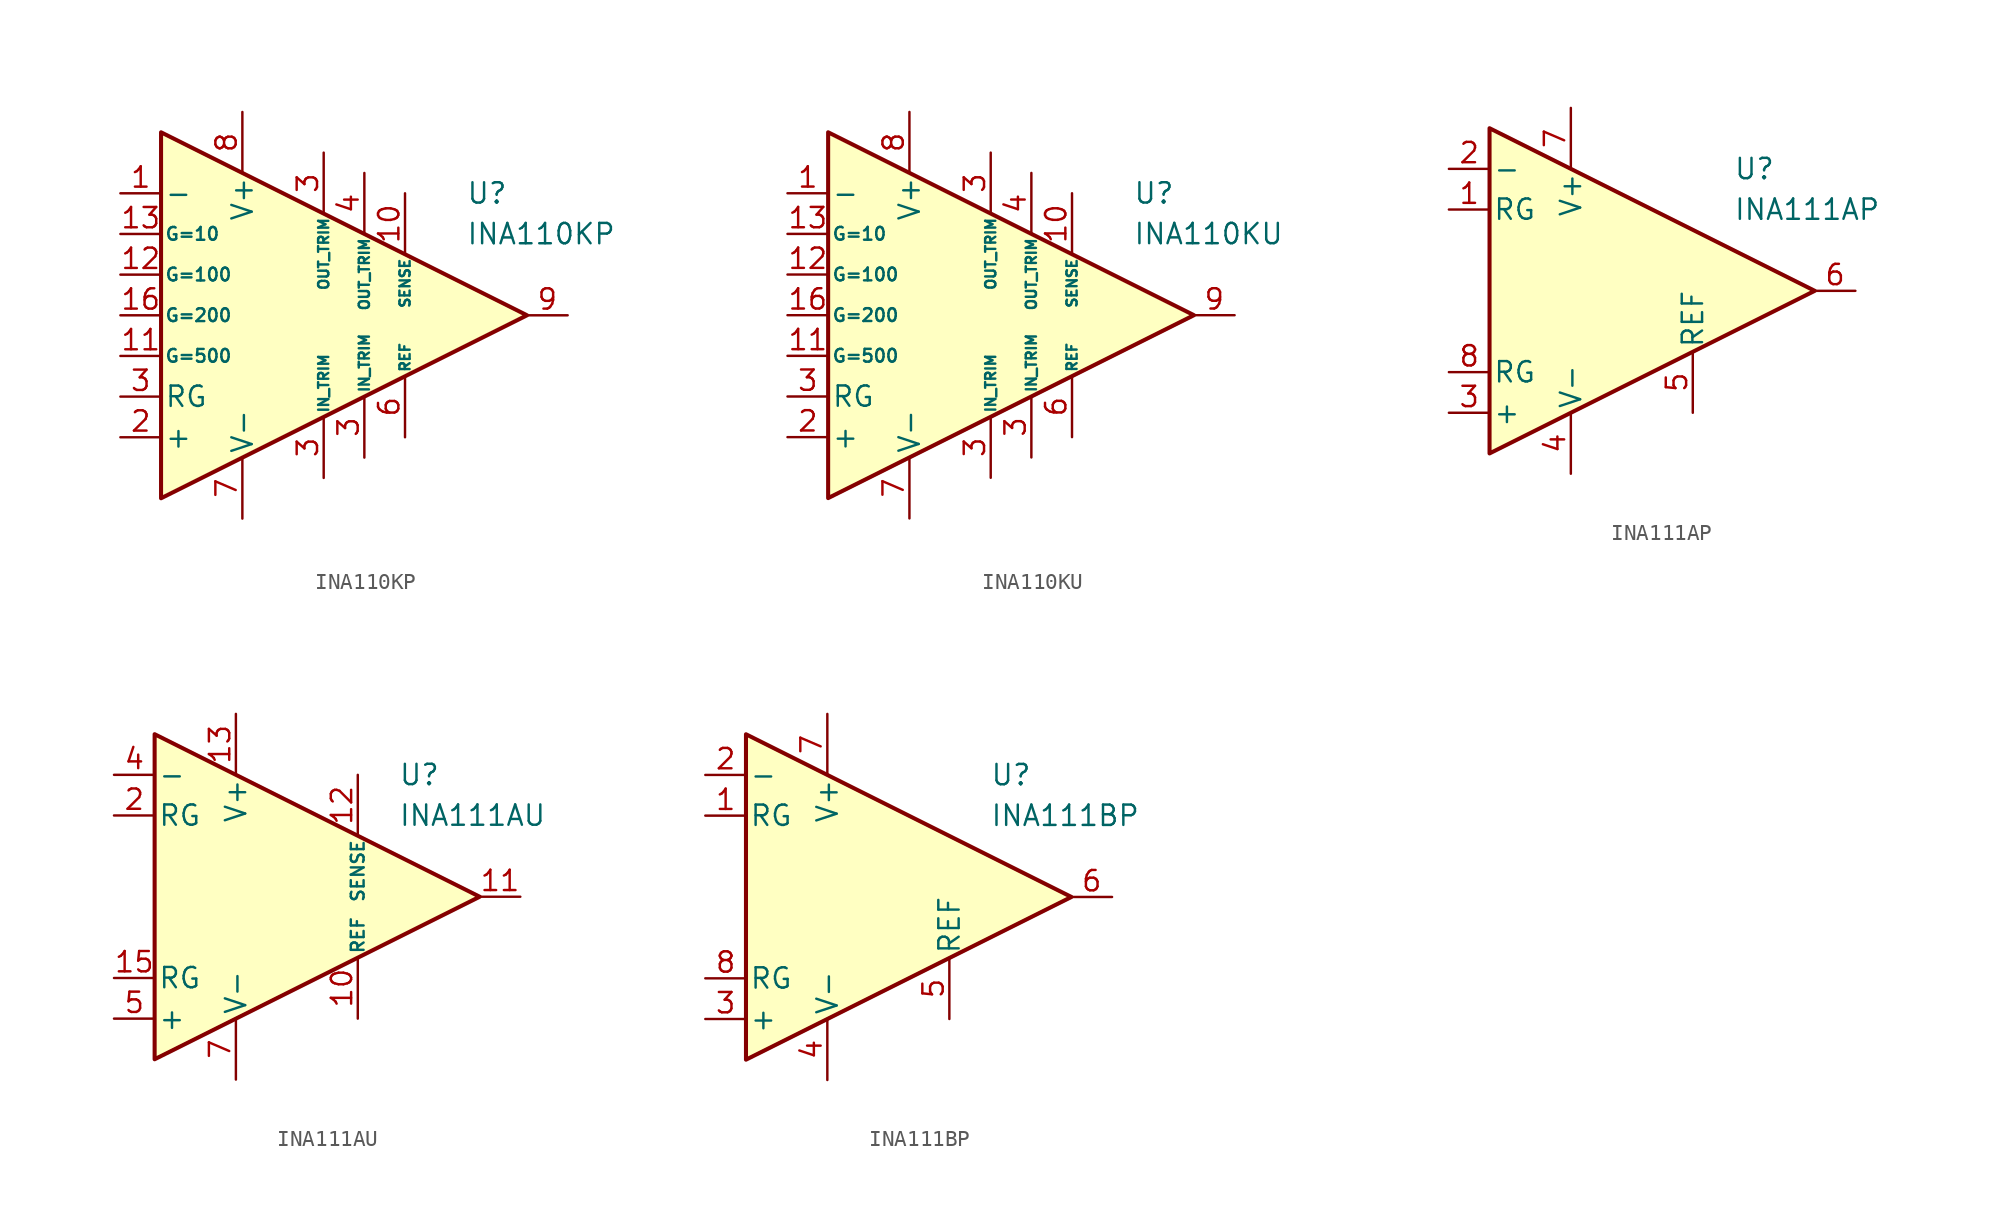
<source format=kicad_sym>
(kicad_symbol_lib
  (version 20211014)
  (generator kicad_symbol_editor)
  (symbol "INA110KP"
    (pin_names
      (offset 0.2))
    (property "Reference" "U"
      (at 10.16 7.62 0)
      (effects (font (size 1.27 1.27)) (justify left)))
    (property "Value" "INA110KP"
      (at 10.16 5.08 0)
      (effects (font (size 1.27 1.27)) (justify left)))
    (symbol "INA110KP_0_1"
      (polyline (pts (xy -8.89 11.43) (xy -8.89 -11.43) (xy 13.97 0) (xy -8.89 11.43)) (stroke (width 0.254) (type default) (color 0 0 0 0)) (fill (type background))))
    (symbol "INA110KP_1_1"
      (pin input line (at -11.43 7.62 0) (length 2.54) (name "-" (effects (font (size 1.27 1.27)))) (number "1" (effects (font (size 1.27 1.27)))))
      (pin input line (at 6.35 7.62 270) (length 3.81) (name "SENSE" (effects (font (size 0.635 0.635)))) (number "10" (effects (font (size 1.27 1.27)))))
      (pin passive line (at -11.43 -2.54 0) (length 2.54) (name "G=500" (effects (font (size 0.8 0.8)))) (number "11" (effects (font (size 1.27 1.27)))))
      (pin passive line (at -11.43 2.54 0) (length 2.54) (name "G=100" (effects (font (size 0.8 0.8)))) (number "12" (effects (font (size 1.27 1.27)))))
      (pin passive line (at -11.43 5.08 0) (length 2.54) (name "G=10" (effects (font (size 0.8 0.8)))) (number "13" (effects (font (size 1.27 1.27)))))
      (pin passive line (at -11.43 0 0) (length 2.54) (name "G=200" (effects (font (size 0.8 0.8)))) (number "16" (effects (font (size 1.27 1.27)))))
      (pin input line (at -11.43 -7.62 0) (length 2.54) (name "+" (effects (font (size 1.27 1.27)))) (number "2" (effects (font (size 1.27 1.27)))))
      (pin passive line (at 1.27 -10.16 90) (length 3.81) (name "IN_TRIM" (effects (font (size 0.635 0.635)))) (number "3" (effects (font (size 1.27 1.27)))))
      (pin passive line (at 3.81 -8.89 90) (length 3.81) (name "IN_TRIM" (effects (font (size 0.635 0.635)))) (number "3" (effects (font (size 1.27 1.27)))))
      (pin passive line (at 1.27 10.16 270) (length 3.81) (name "OUT_TRIM" (effects (font (size 0.635 0.635)))) (number "3" (effects (font (size 1.27 1.27)))))
      (pin passive line (at -11.43 -5.08 0) (length 2.54) (name "RG" (effects (font (size 1.27 1.27)))) (number "3" (effects (font (size 1.27 1.27)))))
      (pin passive line (at 3.81 8.89 270) (length 3.81) (name "OUT_TRIM" (effects (font (size 0.635 0.635)))) (number "4" (effects (font (size 1.27 1.27)))))
      (pin input line (at 6.35 -7.62 90) (length 3.81) (name "REF" (effects (font (size 0.635 0.635)))) (number "6" (effects (font (size 1.27 1.27)))))
      (pin power_in line (at -3.81 -12.7 90) (length 3.81) (name "V-" (effects (font (size 1.27 1.27)))) (number "7" (effects (font (size 1.27 1.27)))))
      (pin power_in line (at -3.81 12.7 270) (length 3.81) (name "V+" (effects (font (size 1.27 1.27)))) (number "8" (effects (font (size 1.27 1.27)))))
      (pin output line (at 16.51 0 180) (length 2.54) (name "~" (effects (font (size 1.27 1.27)))) (number "9" (effects (font (size 1.27 1.27)))))))
  (symbol "INA110KU"
    (pin_names
      (offset 0.2))
    (property "Reference" "U"
      (at 10.16 7.62 0)
      (effects (font (size 1.27 1.27)) (justify left)))
    (property "Value" "INA110KU"
      (at 10.16 5.08 0)
      (effects (font (size 1.27 1.27)) (justify left)))
    (symbol "INA110KU_0_1"
      (polyline (pts (xy -8.89 11.43) (xy -8.89 -11.43) (xy 13.97 0) (xy -8.89 11.43)) (stroke (width 0.254) (type default) (color 0 0 0 0)) (fill (type background))))
    (symbol "INA110KU_1_1"
      (pin input line (at -11.43 7.62 0) (length 2.54) (name "-" (effects (font (size 1.27 1.27)))) (number "1" (effects (font (size 1.27 1.27)))))
      (pin input line (at 6.35 7.62 270) (length 3.81) (name "SENSE" (effects (font (size 0.635 0.635)))) (number "10" (effects (font (size 1.27 1.27)))))
      (pin passive line (at -11.43 -2.54 0) (length 2.54) (name "G=500" (effects (font (size 0.8 0.8)))) (number "11" (effects (font (size 1.27 1.27)))))
      (pin passive line (at -11.43 2.54 0) (length 2.54) (name "G=100" (effects (font (size 0.8 0.8)))) (number "12" (effects (font (size 1.27 1.27)))))
      (pin passive line (at -11.43 5.08 0) (length 2.54) (name "G=10" (effects (font (size 0.8 0.8)))) (number "13" (effects (font (size 1.27 1.27)))))
      (pin passive line (at -11.43 0 0) (length 2.54) (name "G=200" (effects (font (size 0.8 0.8)))) (number "16" (effects (font (size 1.27 1.27)))))
      (pin input line (at -11.43 -7.62 0) (length 2.54) (name "+" (effects (font (size 1.27 1.27)))) (number "2" (effects (font (size 1.27 1.27)))))
      (pin passive line (at 1.27 -10.16 90) (length 3.81) (name "IN_TRIM" (effects (font (size 0.635 0.635)))) (number "3" (effects (font (size 1.27 1.27)))))
      (pin passive line (at 3.81 -8.89 90) (length 3.81) (name "IN_TRIM" (effects (font (size 0.635 0.635)))) (number "3" (effects (font (size 1.27 1.27)))))
      (pin passive line (at 1.27 10.16 270) (length 3.81) (name "OUT_TRIM" (effects (font (size 0.635 0.635)))) (number "3" (effects (font (size 1.27 1.27)))))
      (pin passive line (at -11.43 -5.08 0) (length 2.54) (name "RG" (effects (font (size 1.27 1.27)))) (number "3" (effects (font (size 1.27 1.27)))))
      (pin passive line (at 3.81 8.89 270) (length 3.81) (name "OUT_TRIM" (effects (font (size 0.635 0.635)))) (number "4" (effects (font (size 1.27 1.27)))))
      (pin input line (at 6.35 -7.62 90) (length 3.81) (name "REF" (effects (font (size 0.635 0.635)))) (number "6" (effects (font (size 1.27 1.27)))))
      (pin power_in line (at -3.81 -12.7 90) (length 3.81) (name "V-" (effects (font (size 1.27 1.27)))) (number "7" (effects (font (size 1.27 1.27)))))
      (pin power_in line (at -3.81 12.7 270) (length 3.81) (name "V+" (effects (font (size 1.27 1.27)))) (number "8" (effects (font (size 1.27 1.27)))))
      (pin output line (at 16.51 0 180) (length 2.54) (name "~" (effects (font (size 1.27 1.27)))) (number "9" (effects (font (size 1.27 1.27)))))))
  (symbol "INA111AP"
    (pin_names
      (offset 0.2))
    (property "Reference" "U"
      (at 6.35 7.62 0)
      (effects (font (size 1.27 1.27)) (justify left)))
    (property "Value" "INA111AP"
      (at 6.35 5.08 0)
      (effects (font (size 1.27 1.27)) (justify left)))
    (symbol "INA111AP_0_1"
      (polyline (pts (xy -8.89 10.16) (xy -8.89 -10.16) (xy 11.43 0) (xy -8.89 10.16)) (stroke (width 0.254) (type default) (color 0 0 0 0)) (fill (type background))))
    (symbol "INA111AP_1_1"
      (pin passive line (at -11.43 5.08 0) (length 2.54) (name "RG" (effects (font (size 1.27 1.27)))) (number "1" (effects (font (size 1.27 1.27)))))
      (pin input line (at -11.43 7.62 0) (length 2.54) (name "-" (effects (font (size 1.27 1.27)))) (number "2" (effects (font (size 1.27 1.27)))))
      (pin input line (at -11.43 -7.62 0) (length 2.54) (name "+" (effects (font (size 1.27 1.27)))) (number "3" (effects (font (size 1.27 1.27)))))
      (pin power_in line (at -3.81 -11.43 90) (length 3.81) (name "V-" (effects (font (size 1.27 1.27)))) (number "4" (effects (font (size 1.27 1.27)))))
      (pin input line (at 3.81 -7.62 90) (length 3.81) (name "REF" (effects (font (size 1.27 1.27)))) (number "5" (effects (font (size 1.27 1.27)))))
      (pin output line (at 13.97 0 180) (length 2.54) (name "~" (effects (font (size 1.27 1.27)))) (number "6" (effects (font (size 1.27 1.27)))))
      (pin power_in line (at -3.81 11.43 270) (length 3.81) (name "V+" (effects (font (size 1.27 1.27)))) (number "7" (effects (font (size 1.27 1.27)))))
      (pin passive line (at -11.43 -5.08 0) (length 2.54) (name "RG" (effects (font (size 1.27 1.27)))) (number "8" (effects (font (size 1.27 1.27)))))))
  (symbol "INA111AU"
    (pin_names
      (offset 0.2))
    (property "Reference" "U"
      (at 6.35 7.62 0)
      (effects (font (size 1.27 1.27)) (justify left)))
    (property "Value" "INA111AU"
      (at 6.35 5.08 0)
      (effects (font (size 1.27 1.27)) (justify left)))
    (symbol "INA111AU_0_1"
      (polyline (pts (xy -8.89 10.16) (xy -8.89 -10.16) (xy 11.43 0) (xy -8.89 10.16)) (stroke (width 0.254) (type default) (color 0 0 0 0)) (fill (type background))))
    (symbol "INA111AU_1_1"
      (pin no_connect line (at -6.35 3.81 0) (length 2.54) hide (name "NC" (effects (font (size 1.27 1.27)))) (number "1" (effects (font (size 1.27 1.27)))))
      (pin input line (at 3.81 -7.62 90) (length 3.81) (name "REF" (effects (font (size 0.8 0.8)))) (number "10" (effects (font (size 1.27 1.27)))))
      (pin output line (at 13.97 0 180) (length 2.54) (name "~" (effects (font (size 1.27 1.27)))) (number "11" (effects (font (size 1.27 1.27)))))
      (pin input line (at 3.81 7.62 270) (length 3.81) (name "SENSE" (effects (font (size 0.8 0.8)))) (number "12" (effects (font (size 1.27 1.27)))))
      (pin power_in line (at -3.81 11.43 270) (length 3.81) (name "V+" (effects (font (size 1.27 1.27)))) (number "13" (effects (font (size 1.27 1.27)))))
      (pin no_connect line (at -2.54 0 0) (length 2.54) hide (name "NC" (effects (font (size 1.27 1.27)))) (number "14" (effects (font (size 1.27 1.27)))))
      (pin passive line (at -11.43 -5.08 0) (length 2.54) (name "RG" (effects (font (size 1.27 1.27)))) (number "15" (effects (font (size 1.27 1.27)))))
      (pin no_connect line (at -2.54 -2.54 0) (length 2.54) hide (name "NC" (effects (font (size 1.27 1.27)))) (number "16" (effects (font (size 1.27 1.27)))))
      (pin passive line (at -11.43 5.08 0) (length 2.54) (name "RG" (effects (font (size 1.27 1.27)))) (number "2" (effects (font (size 1.27 1.27)))))
      (pin no_connect line (at -6.35 1.27 0) (length 2.54) hide (name "NC" (effects (font (size 1.27 1.27)))) (number "3" (effects (font (size 1.27 1.27)))))
      (pin input line (at -11.43 7.62 0) (length 2.54) (name "-" (effects (font (size 1.27 1.27)))) (number "4" (effects (font (size 1.27 1.27)))))
      (pin input line (at -11.43 -7.62 0) (length 2.54) (name "+" (effects (font (size 1.27 1.27)))) (number "5" (effects (font (size 1.27 1.27)))))
      (pin no_connect line (at -6.35 -1.27 0) (length 2.54) hide (name "NC" (effects (font (size 1.27 1.27)))) (number "6" (effects (font (size 1.27 1.27)))))
      (pin power_in line (at -3.81 -11.43 90) (length 3.81) (name "V-" (effects (font (size 1.27 1.27)))) (number "7" (effects (font (size 1.27 1.27)))))
      (pin no_connect line (at -6.35 -3.81 0) (length 2.54) hide (name "NC" (effects (font (size 1.27 1.27)))) (number "8" (effects (font (size 1.27 1.27)))))
      (pin no_connect line (at -2.54 2.54 0) (length 2.54) hide (name "NC" (effects (font (size 1.27 1.27)))) (number "9" (effects (font (size 1.27 1.27)))))))
  (symbol "INA111BP"
    (pin_names
      (offset 0.2))
    (property "Reference" "U"
      (at 6.35 7.62 0)
      (effects (font (size 1.27 1.27)) (justify left)))
    (property "Value" "INA111BP"
      (at 6.35 5.08 0)
      (effects (font (size 1.27 1.27)) (justify left)))
    (symbol "INA111BP_0_1"
      (polyline (pts (xy -8.89 10.16) (xy -8.89 -10.16) (xy 11.43 0) (xy -8.89 10.16)) (stroke (width 0.254) (type default) (color 0 0 0 0)) (fill (type background))))
    (symbol "INA111BP_1_1"
      (pin passive line (at -11.43 5.08 0) (length 2.54) (name "RG" (effects (font (size 1.27 1.27)))) (number "1" (effects (font (size 1.27 1.27)))))
      (pin input line (at -11.43 7.62 0) (length 2.54) (name "-" (effects (font (size 1.27 1.27)))) (number "2" (effects (font (size 1.27 1.27)))))
      (pin input line (at -11.43 -7.62 0) (length 2.54) (name "+" (effects (font (size 1.27 1.27)))) (number "3" (effects (font (size 1.27 1.27)))))
      (pin power_in line (at -3.81 -11.43 90) (length 3.81) (name "V-" (effects (font (size 1.27 1.27)))) (number "4" (effects (font (size 1.27 1.27)))))
      (pin input line (at 3.81 -7.62 90) (length 3.81) (name "REF" (effects (font (size 1.27 1.27)))) (number "5" (effects (font (size 1.27 1.27)))))
      (pin output line (at 13.97 0 180) (length 2.54) (name "~" (effects (font (size 1.27 1.27)))) (number "6" (effects (font (size 1.27 1.27)))))
      (pin power_in line (at -3.81 11.43 270) (length 3.81) (name "V+" (effects (font (size 1.27 1.27)))) (number "7" (effects (font (size 1.27 1.27)))))
      (pin passive line (at -11.43 -5.08 0) (length 2.54) (name "RG" (effects (font (size 1.27 1.27)))) (number "8" (effects (font (size 1.27 1.27))))))))
</source>
